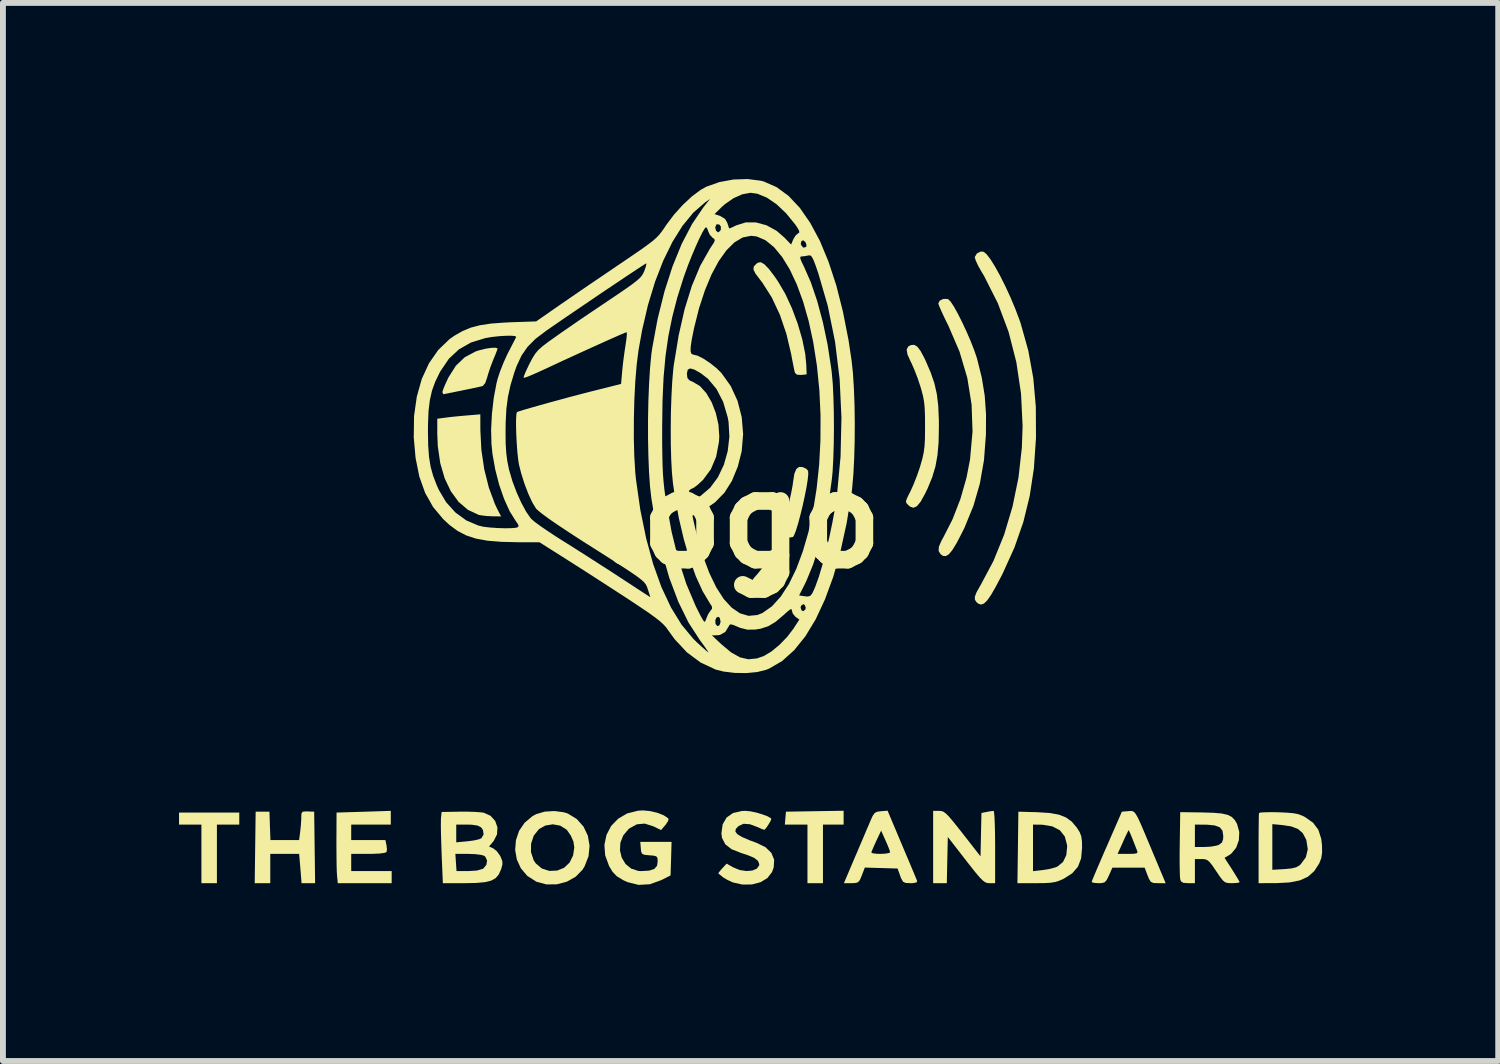
<source format=kicad_pcb>
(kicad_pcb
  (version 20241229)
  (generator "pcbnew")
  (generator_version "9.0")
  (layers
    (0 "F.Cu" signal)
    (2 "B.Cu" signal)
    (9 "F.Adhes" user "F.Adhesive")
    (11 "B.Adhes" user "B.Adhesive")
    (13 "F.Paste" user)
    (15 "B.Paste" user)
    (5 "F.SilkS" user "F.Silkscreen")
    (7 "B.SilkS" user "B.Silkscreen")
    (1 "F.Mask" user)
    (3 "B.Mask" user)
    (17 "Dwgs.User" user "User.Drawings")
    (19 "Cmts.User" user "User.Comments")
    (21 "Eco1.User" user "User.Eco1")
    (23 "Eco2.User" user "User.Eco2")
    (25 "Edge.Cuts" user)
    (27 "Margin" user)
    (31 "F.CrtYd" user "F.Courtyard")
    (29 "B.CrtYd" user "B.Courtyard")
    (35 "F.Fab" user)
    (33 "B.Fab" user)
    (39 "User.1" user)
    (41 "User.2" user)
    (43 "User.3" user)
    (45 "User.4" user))
  (footprint "logo"
    (layer "F.Cu")
    (at 9.532 5.806)
    (property "Reference" "logo" (at 0 0 0) (layer "F.SilkS") (effects (font (size 1.5 1.5) (thickness 0.3))))
    (attr board_only exclude_from_pos_files exclude_from_bom)
    (fp_poly (pts (xy -8.506 5.089) (xy -8.506 5.191) (xy -8.696 5.191) (xy -8.887 5.191) (xy -8.887 5.69) (xy -8.887 6.189) (xy -9.019 6.189) (xy -9.151 6.189) (xy -9.151 5.69) (xy -9.151 5.191) (xy -9.342 5.191) (xy -9.532 5.191) (xy -9.532 5.089) (xy -9.532 4.986) (xy -9.019 4.986) (xy -8.506 4.986)) (stroke (width 0) (type solid)) (fill yes) (layer "F.SilkS"))
    (fp_poly (pts (xy 1.789 5.073) (xy 1.789 5.191) (xy 1.613 5.191) (xy 1.437 5.191) (xy 1.437 5.69) (xy 1.437 6.189) (xy 1.305 6.189) (xy 1.173 6.189) (xy 1.173 5.69) (xy 1.173 5.191) (xy 0.981 5.191) (xy 0.788 5.191) (xy 0.797 5.081) (xy 0.807 4.971) (xy 1.298 4.963) (xy 1.789 4.955)) (stroke (width 0) (type solid)) (fill yes) (layer "F.SilkS"))
    (fp_poly (pts (xy 0.716 0.478) (xy 0.776 0.526) (xy 0.802 0.56) (xy 0.808 0.593) (xy 0.791 0.643) (xy 0.748 0.723) (xy 0.73 0.754) (xy 0.654 0.874) (xy 0.566 0.989) (xy 0.477 1.088) (xy 0.396 1.162) (xy 0.333 1.2) (xy 0.318 1.203) (xy 0.266 1.178) (xy 0.23 1.13) (xy 0.215 1.085) (xy 0.224 1.042) (xy 0.263 0.987) (xy 0.317 0.927) (xy 0.401 0.824) (xy 0.486 0.703) (xy 0.529 0.633) (xy 0.598 0.528) (xy 0.658 0.477)) (stroke (width 0) (type solid)) (fill yes) (layer "F.SilkS"))
    (fp_poly (pts (xy -4.399 -1.522) (xy -4.382 -1.192) (xy -4.333 -0.863) (xy -4.255 -0.551) (xy -4.152 -0.272) (xy -4.11 -0.183) (xy -4.046 -0.059) (xy -4.201 -0.061) (xy -4.305 -0.067) (xy -4.397 -0.079) (xy -4.429 -0.086) (xy -4.611 -0.171) (xy -4.769 -0.306) (xy -4.902 -0.487) (xy -5.007 -0.708) (xy -5.082 -0.965) (xy -5.124 -1.252) (xy -5.133 -1.464) (xy -5.133 -1.723) (xy -5.003 -1.74) (xy -4.909 -1.752) (xy -4.783 -1.765) (xy -4.649 -1.777) (xy -4.637 -1.778) (xy -4.4 -1.798)) (stroke (width 0) (type solid)) (fill yes) (layer "F.SilkS"))
    (fp_poly (pts (xy -7.34 4.967) (xy -7.23 4.971) (xy -7.222 5.58) (xy -7.214 6.189) (xy -7.329 6.189) (xy -7.445 6.189) (xy -7.465 5.939) (xy -7.486 5.69) (xy -7.732 5.69) (xy -7.978 5.69) (xy -7.978 5.939) (xy -7.978 6.189) (xy -8.11 6.189) (xy -8.243 6.189) (xy -8.235 5.58) (xy -8.227 4.971) (xy -8.11 4.971) (xy -7.992 4.971) (xy -7.984 5.213) (xy -7.975 5.455) (xy -7.731 5.455) (xy -7.487 5.455) (xy -7.469 5.319) (xy -7.457 5.207) (xy -7.45 5.098) (xy -7.45 5.073) (xy -7.447 5.001) (xy -7.425 4.971) (xy -7.368 4.966)) (stroke (width 0) (type solid)) (fill yes) (layer "F.SilkS"))
    (fp_poly (pts (xy 1.092 -0.899) (xy 1.155 -0.869) (xy 1.184 -0.835) (xy 1.187 -0.781) (xy 1.177 -0.682) (xy 1.156 -0.552) (xy 1.126 -0.4) (xy 1.091 -0.24) (xy 1.052 -0.082) (xy 1.014 0.062) (xy 0.977 0.181) (xy 0.946 0.261) (xy 0.927 0.291) (xy 0.869 0.301) (xy 0.82 0.283) (xy 0.783 0.259) (xy 0.761 0.225) (xy 0.755 0.173) (xy 0.765 0.093) (xy 0.791 -0.025) (xy 0.833 -0.19) (xy 0.833 -0.191) (xy 0.869 -0.337) (xy 0.901 -0.483) (xy 0.923 -0.606) (xy 0.929 -0.653) (xy 0.95 -0.786) (xy 0.983 -0.866) (xy 1.03 -0.902)) (stroke (width 0) (type solid)) (fill yes) (layer "F.SilkS"))
    (fp_poly (pts (xy 0.438 -4.355) (xy 0.514 -4.277) (xy 0.61 -4.151) (xy 0.673 -4.059) (xy 0.796 -3.849) (xy 0.909 -3.604) (xy 1.007 -3.341) (xy 1.084 -3.078) (xy 1.135 -2.829) (xy 1.153 -2.643) (xy 1.159 -2.478) (xy 1.066 -2.469) (xy 0.994 -2.473) (xy 0.96 -2.505) (xy 0.958 -2.513) (xy 0.945 -2.565) (xy 0.927 -2.658) (xy 0.904 -2.775) (xy 0.896 -2.822) (xy 0.814 -3.169) (xy 0.703 -3.495) (xy 0.565 -3.789) (xy 0.406 -4.039) (xy 0.363 -4.095) (xy 0.288 -4.194) (xy 0.253 -4.265) (xy 0.259 -4.317) (xy 0.303 -4.363) (xy 0.331 -4.382) (xy 0.378 -4.389)) (stroke (width 0) (type solid)) (fill yes) (layer "F.SilkS"))
    (fp_poly (pts (xy -4.107 -2.922) (xy -4.106 -2.917) (xy -4.117 -2.884) (xy -4.144 -2.813) (xy -4.178 -2.732) (xy -4.224 -2.613) (xy -4.265 -2.49) (xy -4.284 -2.424) (xy -4.316 -2.33) (xy -4.356 -2.283) (xy -4.381 -2.274) (xy -4.512 -2.246) (xy -4.65 -2.217) (xy -4.783 -2.19) (xy -4.899 -2.166) (xy -4.984 -2.149) (xy -5.027 -2.141) (xy -5.03 -2.141) (xy -5.043 -2.165) (xy -5.045 -2.181) (xy -5.032 -2.225) (xy -4.999 -2.305) (xy -4.952 -2.406) (xy -4.94 -2.431) (xy -4.816 -2.626) (xy -4.664 -2.771) (xy -4.48 -2.869) (xy -4.419 -2.889) (xy -4.314 -2.915) (xy -4.217 -2.93) (xy -4.143 -2.933)) (stroke (width 0) (type solid)) (fill yes) (layer "F.SilkS"))
    (fp_poly (pts (xy -5.925 5.074) (xy -5.925 5.191) (xy -6.262 5.191) (xy -6.599 5.191) (xy -6.599 5.323) (xy -6.599 5.455) (xy -6.308 5.455) (xy -6.017 5.455) (xy -5.998 5.543) (xy -5.99 5.614) (xy -5.998 5.66) (xy -6.034 5.673) (xy -6.117 5.684) (xy -6.236 5.689) (xy -6.308 5.69) (xy -6.599 5.69) (xy -6.599 5.837) (xy -6.599 5.983) (xy -6.255 5.983) (xy -5.91 5.983) (xy -5.91 6.086) (xy -5.91 6.189) (xy -6.369 6.189) (xy -6.828 6.189) (xy -6.84 6.064) (xy -6.845 5.992) (xy -6.848 5.874) (xy -6.85 5.725) (xy -6.851 5.557) (xy -6.851 5.463) (xy -6.849 4.986) (xy -6.387 4.972) (xy -5.925 4.957)) (stroke (width 0) (type solid)) (fill yes) (layer "F.SilkS"))
    (fp_poly (pts (xy 3.454 4.96) (xy 3.49 4.972) (xy 3.531 5.002) (xy 3.583 5.054) (xy 3.653 5.137) (xy 3.748 5.255) (xy 3.818 5.344) (xy 4.121 5.732) (xy 4.129 5.363) (xy 4.137 4.993) (xy 4.228 4.975) (xy 4.3 4.962) (xy 4.345 4.957) (xy 4.345 4.957) (xy 4.352 4.985) (xy 4.359 5.063) (xy 4.364 5.182) (xy 4.368 5.335) (xy 4.37 5.512) (xy 4.37 5.573) (xy 4.37 6.189) (xy 4.273 6.189) (xy 4.235 6.186) (xy 4.198 6.172) (xy 4.157 6.141) (xy 4.104 6.087) (xy 4.033 6.003) (xy 3.937 5.882) (xy 3.87 5.796) (xy 3.564 5.402) (xy 3.555 5.796) (xy 3.547 6.189) (xy 3.431 6.189) (xy 3.314 6.189) (xy 3.314 5.573) (xy 3.314 4.957) (xy 3.415 4.957)) (stroke (width 0) (type solid)) (fill yes) (layer "F.SilkS"))
    (fp_poly (pts (xy 5.089 4.98) (xy 5.295 4.993) (xy 5.454 5.021) (xy 5.577 5.069) (xy 5.676 5.141) (xy 5.761 5.242) (xy 5.763 5.245) (xy 5.811 5.321) (xy 5.837 5.39) (xy 5.849 5.474) (xy 5.851 5.585) (xy 5.835 5.766) (xy 5.781 5.908) (xy 5.684 6.02) (xy 5.54 6.112) (xy 5.463 6.147) (xy 5.392 6.169) (xy 5.311 6.182) (xy 5.202 6.188) (xy 5.068 6.189) (xy 4.75 6.189) (xy 4.758 5.588) (xy 5.015 5.588) (xy 5.015 5.984) (xy 5.184 5.965) (xy 5.293 5.947) (xy 5.39 5.922) (xy 5.433 5.905) (xy 5.527 5.827) (xy 5.583 5.709) (xy 5.597 5.561) (xy 5.595 5.538) (xy 5.557 5.394) (xy 5.474 5.289) (xy 5.347 5.222) (xy 5.176 5.193) (xy 5.125 5.192) (xy 5.015 5.191) (xy 5.015 5.588) (xy 4.758 5.588) (xy 4.758 5.58) (xy 4.766 4.971)) (stroke (width 0) (type solid)) (fill yes) (layer "F.SilkS"))
    (fp_poly (pts (xy 3.576 -3.755) (xy 3.615 -3.714) (xy 3.671 -3.628) (xy 3.737 -3.508) (xy 3.809 -3.365) (xy 3.882 -3.209) (xy 3.951 -3.05) (xy 4.01 -2.899) (xy 4.056 -2.767) (xy 4.063 -2.742) (xy 4.143 -2.421) (xy 4.193 -2.113) (xy 4.215 -1.794) (xy 4.213 -1.452) (xy 4.18 -1.017) (xy 4.11 -0.618) (xy 4.001 -0.241) (xy 3.85 0.129) (xy 3.805 0.22) (xy 3.716 0.392) (xy 3.642 0.513) (xy 3.581 0.587) (xy 3.528 0.618) (xy 3.478 0.612) (xy 3.438 0.581) (xy 3.407 0.528) (xy 3.412 0.456) (xy 3.455 0.357) (xy 3.488 0.297) (xy 3.645 -0.011) (xy 3.779 -0.357) (xy 3.883 -0.721) (xy 3.943 -1.033) (xy 3.985 -1.504) (xy 3.969 -1.965) (xy 3.896 -2.418) (xy 3.764 -2.864) (xy 3.577 -3.3) (xy 3.512 -3.432) (xy 3.458 -3.548) (xy 3.42 -3.635) (xy 3.403 -3.683) (xy 3.402 -3.687) (xy 3.427 -3.735) (xy 3.486 -3.763) (xy 3.554 -3.764)) (stroke (width 0) (type solid)) (fill yes) (layer "F.SilkS"))
    (fp_poly (pts (xy -2.977 4.981) (xy -2.91 5.002) (xy -2.757 5.096) (xy -2.642 5.225) (xy -2.568 5.38) (xy -2.539 5.552) (xy -2.556 5.729) (xy -2.623 5.901) (xy -2.659 5.96) (xy -2.775 6.079) (xy -2.925 6.163) (xy -3.096 6.208) (xy -3.272 6.21) (xy -3.44 6.166) (xy -3.448 6.162) (xy -3.599 6.065) (xy -3.709 5.936) (xy -3.778 5.785) (xy -3.8 5.659) (xy -3.537 5.659) (xy -3.492 5.796) (xy -3.456 5.851) (xy -3.353 5.938) (xy -3.225 5.98) (xy -3.089 5.974) (xy -2.973 5.927) (xy -2.879 5.838) (xy -2.819 5.716) (xy -2.799 5.579) (xy -2.814 5.479) (xy -2.858 5.379) (xy -2.921 5.288) (xy -2.933 5.275) (xy -3.038 5.209) (xy -3.164 5.186) (xy -3.292 5.207) (xy -3.4 5.267) (xy -3.489 5.378) (xy -3.535 5.514) (xy -3.537 5.659) (xy -3.8 5.659) (xy -3.806 5.622) (xy -3.793 5.456) (xy -3.74 5.298) (xy -3.645 5.159) (xy -3.51 5.046) (xy -3.446 5.012) (xy -3.302 4.97) (xy -3.136 4.96)) (stroke (width 0) (type solid)) (fill yes) (layer "F.SilkS"))
    (fp_poly (pts (xy 9.195 4.981) (xy 9.347 4.988) (xy 9.456 4.998) (xy 9.537 5.014) (xy 9.606 5.041) (xy 9.65 5.063) (xy 9.787 5.16) (xy 9.877 5.281) (xy 9.926 5.436) (xy 9.938 5.543) (xy 9.94 5.671) (xy 9.925 5.766) (xy 9.891 5.852) (xy 9.89 5.854) (xy 9.806 5.983) (xy 9.7 6.078) (xy 9.562 6.141) (xy 9.386 6.176) (xy 9.163 6.188) (xy 9.158 6.188) (xy 8.858 6.189) (xy 8.858 5.602) (xy 8.858 5.572) (xy 9.092 5.572) (xy 9.092 5.961) (xy 9.296 5.949) (xy 9.416 5.938) (xy 9.496 5.919) (xy 9.554 5.886) (xy 9.575 5.867) (xy 9.663 5.748) (xy 9.696 5.611) (xy 9.673 5.462) (xy 9.666 5.441) (xy 9.61 5.336) (xy 9.528 5.265) (xy 9.411 5.221) (xy 9.264 5.199) (xy 9.092 5.183) (xy 9.092 5.572) (xy 8.858 5.572) (xy 8.858 5.422) (xy 8.859 5.262) (xy 8.861 5.132) (xy 8.862 5.04) (xy 8.865 4.996) (xy 8.865 4.993) (xy 8.895 4.985) (xy 8.972 4.981) (xy 9.083 4.979)) (stroke (width 0) (type solid)) (fill yes) (layer "F.SilkS"))
    (fp_poly (pts (xy 2.783 5.535) (xy 2.856 5.708) (xy 2.922 5.864) (xy 2.977 5.995) (xy 3.017 6.091) (xy 3.039 6.145) (xy 3.042 6.152) (xy 3.032 6.176) (xy 2.972 6.188) (xy 2.928 6.189) (xy 2.847 6.185) (xy 2.802 6.165) (xy 2.771 6.112) (xy 2.753 6.064) (xy 2.708 5.939) (xy 2.429 5.931) (xy 2.15 5.923) (xy 2.099 6.056) (xy 2.066 6.136) (xy 2.032 6.175) (xy 1.98 6.187) (xy 1.921 6.189) (xy 1.794 6.189) (xy 1.984 5.741) (xy 2.016 5.668) (xy 2.261 5.668) (xy 2.286 5.68) (xy 2.353 5.688) (xy 2.42 5.69) (xy 2.508 5.685) (xy 2.567 5.673) (xy 2.581 5.662) (xy 2.57 5.622) (xy 2.54 5.546) (xy 2.504 5.464) (xy 2.428 5.294) (xy 2.345 5.47) (xy 2.303 5.563) (xy 2.272 5.635) (xy 2.261 5.668) (xy 2.016 5.668) (xy 2.054 5.577) (xy 2.122 5.418) (xy 2.181 5.278) (xy 2.227 5.172) (xy 2.243 5.133) (xy 2.284 5.042) (xy 2.319 4.993) (xy 2.362 4.971) (xy 2.425 4.963) (xy 2.538 4.954)) (stroke (width 0) (type solid)) (fill yes) (layer "F.SilkS"))
    (fp_poly (pts (xy 3.044 -2.951) (xy 3.099 -2.879) (xy 3.163 -2.759) (xy 3.189 -2.704) (xy 3.274 -2.506) (xy 3.336 -2.324) (xy 3.377 -2.142) (xy 3.401 -1.943) (xy 3.411 -1.71) (xy 3.412 -1.584) (xy 3.407 -1.322) (xy 3.388 -1.103) (xy 3.353 -0.909) (xy 3.298 -0.726) (xy 3.22 -0.536) (xy 3.175 -0.443) (xy 3.102 -0.311) (xy 3.038 -0.233) (xy 2.979 -0.206) (xy 2.92 -0.226) (xy 2.893 -0.25) (xy 2.864 -0.279) (xy 2.851 -0.305) (xy 2.857 -0.34) (xy 2.883 -0.4) (xy 2.933 -0.498) (xy 2.983 -0.611) (xy 3.039 -0.753) (xy 3.089 -0.898) (xy 3.098 -0.93) (xy 3.131 -1.045) (xy 3.153 -1.146) (xy 3.167 -1.25) (xy 3.174 -1.374) (xy 3.176 -1.534) (xy 3.176 -1.598) (xy 3.175 -1.774) (xy 3.17 -1.908) (xy 3.159 -2.016) (xy 3.14 -2.117) (xy 3.111 -2.225) (xy 3.097 -2.272) (xy 3.05 -2.413) (xy 2.995 -2.556) (xy 2.943 -2.674) (xy 2.93 -2.699) (xy 2.876 -2.819) (xy 2.863 -2.902) (xy 2.891 -2.955) (xy 2.937 -2.978) (xy 2.992 -2.982)) (stroke (width 0) (type solid)) (fill yes) (layer "F.SilkS"))
    (fp_poly (pts (xy 4.174 -4.567) (xy 4.225 -4.525) (xy 4.292 -4.437) (xy 4.371 -4.31) (xy 4.457 -4.154) (xy 4.545 -3.978) (xy 4.632 -3.789) (xy 4.713 -3.596) (xy 4.784 -3.408) (xy 4.806 -3.344) (xy 4.935 -2.883) (xy 5.02 -2.415) (xy 5.063 -1.928) (xy 5.066 -1.409) (xy 5.065 -1.38) (xy 5.03 -0.875) (xy 4.959 -0.407) (xy 4.85 0.038) (xy 4.699 0.471) (xy 4.503 0.904) (xy 4.484 0.943) (xy 4.383 1.134) (xy 4.302 1.276) (xy 4.235 1.372) (xy 4.179 1.426) (xy 4.129 1.443) (xy 4.083 1.427) (xy 4.053 1.402) (xy 4.026 1.361) (xy 4.024 1.31) (xy 4.052 1.236) (xy 4.112 1.129) (xy 4.122 1.112) (xy 4.341 0.701) (xy 4.523 0.253) (xy 4.666 -0.225) (xy 4.768 -0.721) (xy 4.825 -1.227) (xy 4.838 -1.598) (xy 4.811 -2.152) (xy 4.731 -2.688) (xy 4.599 -3.203) (xy 4.415 -3.693) (xy 4.181 -4.156) (xy 4.135 -4.232) (xy 4.079 -4.332) (xy 4.04 -4.417) (xy 4.023 -4.472) (xy 4.024 -4.479) (xy 4.06 -4.539) (xy 4.124 -4.571)) (stroke (width 0) (type solid)) (fill yes) (layer "F.SilkS"))
    (fp_poly (pts (xy -1.506 4.961) (xy -1.383 4.99) (xy -1.277 5.032) (xy -1.205 5.08) (xy -1.193 5.096) (xy -1.201 5.13) (xy -1.238 5.187) (xy -1.25 5.201) (xy -1.321 5.284) (xy -1.453 5.22) (xy -1.599 5.174) (xy -1.733 5.186) (xy -1.859 5.255) (xy -1.872 5.265) (xy -1.965 5.375) (xy -2.014 5.5) (xy -2.021 5.63) (xy -1.991 5.754) (xy -1.926 5.862) (xy -1.829 5.941) (xy -1.705 5.981) (xy -1.659 5.983) (xy -1.523 5.975) (xy -1.436 5.946) (xy -1.39 5.894) (xy -1.379 5.824) (xy -1.381 5.763) (xy -1.401 5.732) (xy -1.451 5.719) (xy -1.518 5.714) (xy -1.602 5.706) (xy -1.644 5.688) (xy -1.661 5.648) (xy -1.666 5.595) (xy -1.675 5.485) (xy -1.409 5.485) (xy -1.142 5.485) (xy -1.15 5.771) (xy -1.159 6.057) (xy -1.318 6.137) (xy -1.512 6.207) (xy -1.704 6.218) (xy -1.896 6.17) (xy -1.968 6.136) (xy -2.073 6.072) (xy -2.146 5.997) (xy -2.206 5.898) (xy -2.273 5.715) (xy -2.286 5.535) (xy -2.25 5.365) (xy -2.171 5.214) (xy -2.052 5.091) (xy -1.899 5.001) (xy -1.716 4.955) (xy -1.628 4.949)) (stroke (width 0) (type solid)) (fill yes) (layer "F.SilkS"))
    (fp_poly (pts (xy 6.707 4.961) (xy 6.735 4.975) (xy 6.763 5.007) (xy 6.796 5.063) (xy 6.838 5.151) (xy 6.892 5.276) (xy 6.963 5.445) (xy 7.011 5.558) (xy 7.076 5.715) (xy 7.137 5.859) (xy 7.187 5.98) (xy 7.223 6.065) (xy 7.235 6.093) (xy 7.275 6.189) (xy 7.146 6.189) (xy 7.068 6.186) (xy 7.023 6.166) (xy 6.991 6.116) (xy 6.967 6.057) (xy 6.917 5.925) (xy 6.642 5.925) (xy 6.367 5.925) (xy 6.309 6.057) (xy 6.27 6.136) (xy 6.234 6.175) (xy 6.18 6.188) (xy 6.132 6.189) (xy 6.058 6.184) (xy 6.017 6.172) (xy 6.015 6.167) (xy 6.026 6.134) (xy 6.058 6.057) (xy 6.107 5.941) (xy 6.169 5.797) (xy 6.215 5.69) (xy 6.456 5.69) (xy 6.634 5.69) (xy 6.731 5.688) (xy 6.781 5.68) (xy 6.796 5.662) (xy 6.79 5.639) (xy 6.768 5.583) (xy 6.734 5.496) (xy 6.709 5.433) (xy 6.676 5.351) (xy 6.651 5.298) (xy 6.642 5.286) (xy 6.628 5.315) (xy 6.595 5.383) (xy 6.552 5.477) (xy 6.546 5.492) (xy 6.456 5.69) (xy 6.215 5.69) (xy 6.241 5.63) (xy 6.273 5.558) (xy 6.529 4.971) (xy 6.636 4.962) (xy 6.675 4.959)) (stroke (width 0) (type solid)) (fill yes) (layer "F.SilkS"))
    (fp_poly (pts (xy 7.903 4.984) (xy 8.091 4.99) (xy 8.231 5.002) (xy 8.332 5.025) (xy 8.403 5.062) (xy 8.454 5.115) (xy 8.491 5.18) (xy 8.529 5.317) (xy 8.522 5.457) (xy 8.476 5.585) (xy 8.394 5.685) (xy 8.359 5.709) (xy 8.278 5.757) (xy 8.407 5.956) (xy 8.466 6.051) (xy 8.511 6.125) (xy 8.534 6.168) (xy 8.535 6.172) (xy 8.509 6.182) (xy 8.443 6.188) (xy 8.403 6.189) (xy 8.338 6.187) (xy 8.291 6.175) (xy 8.25 6.143) (xy 8.201 6.081) (xy 8.135 5.983) (xy 8.067 5.883) (xy 8.017 5.822) (xy 7.976 5.791) (xy 7.929 5.779) (xy 7.886 5.778) (xy 7.773 5.778) (xy 7.773 5.983) (xy 7.773 6.189) (xy 7.656 6.189) (xy 7.577 6.183) (xy 7.537 6.159) (xy 7.523 6.123) (xy 7.518 6.073) (xy 7.515 5.975) (xy 7.513 5.841) (xy 7.513 5.679) (xy 7.515 5.518) (xy 7.517 5.382) (xy 7.773 5.382) (xy 7.773 5.573) (xy 7.941 5.572) (xy 8.049 5.566) (xy 8.142 5.549) (xy 8.183 5.535) (xy 8.233 5.497) (xy 8.254 5.438) (xy 8.256 5.382) (xy 8.243 5.295) (xy 8.196 5.237) (xy 8.109 5.205) (xy 7.975 5.192) (xy 7.941 5.192) (xy 7.773 5.191) (xy 7.773 5.382) (xy 7.517 5.382) (xy 7.523 4.979)) (stroke (width 0) (type solid)) (fill yes) (layer "F.SilkS"))
    (fp_poly (pts (xy 0.201 4.965) (xy 0.302 4.986) (xy 0.403 5.016) (xy 0.49 5.048) (xy 0.545 5.079) (xy 0.557 5.095) (xy 0.543 5.132) (xy 0.509 5.19) (xy 0.471 5.246) (xy 0.442 5.278) (xy 0.438 5.279) (xy 0.401 5.268) (xy 0.338 5.24) (xy 0.334 5.238) (xy 0.194 5.185) (xy 0.085 5.177) (xy 0.000369 5.215) (xy -0.000072 5.215) (xy -0.047 5.264) (xy -0.055 5.31) (xy -0.021 5.355) (xy 0.059 5.403) (xy 0.19 5.459) (xy 0.307 5.502) (xy 0.458 5.576) (xy 0.558 5.673) (xy 0.606 5.79) (xy 0.598 5.92) (xy 0.57 5.999) (xy 0.491 6.101) (xy 0.372 6.173) (xy 0.225 6.211) (xy 0.063 6.212) (xy -0.097 6.176) (xy -0.188 6.135) (xy -0.265 6.089) (xy -0.273 6.082) (xy -0.322 6.041) (xy -0.346 6.024) (xy -0.334 6.002) (xy -0.294 5.953) (xy -0.28 5.938) (xy -0.204 5.856) (xy -0.091 5.92) (xy 0.02 5.965) (xy 0.133 5.982) (xy 0.234 5.974) (xy 0.311 5.941) (xy 0.35 5.886) (xy 0.352 5.866) (xy 0.331 5.809) (xy 0.264 5.757) (xy 0.147 5.708) (xy 0.047 5.676) (xy -0.117 5.612) (xy -0.226 5.527) (xy -0.283 5.418) (xy -0.293 5.339) (xy -0.271 5.185) (xy -0.204 5.07) (xy -0.095 4.994) (xy 0.056 4.959) (xy 0.118 4.957)) (stroke (width 0) (type solid)) (fill yes) (layer "F.SilkS"))
    (fp_poly (pts (xy -4.611 4.971) (xy -4.481 4.975) (xy -4.381 4.983) (xy -4.341 4.989) (xy -4.226 5.041) (xy -4.146 5.129) (xy -4.108 5.239) (xy -4.115 5.357) (xy -4.172 5.47) (xy -4.179 5.478) (xy -4.251 5.564) (xy -4.178 5.597) (xy -4.118 5.645) (xy -4.063 5.721) (xy -4.056 5.735) (xy -4.026 5.809) (xy -4.023 5.869) (xy -4.045 5.949) (xy -4.049 5.96) (xy -4.087 6.043) (xy -4.14 6.104) (xy -4.216 6.146) (xy -4.324 6.172) (xy -4.473 6.185) (xy -4.667 6.189) (xy -5.038 6.189) (xy -5.059 5.69) (xy -4.825 5.69) (xy -4.815 5.837) (xy -4.805 5.983) (xy -4.609 5.983) (xy -4.458 5.974) (xy -4.36 5.946) (xy -4.347 5.938) (xy -4.296 5.875) (xy -4.285 5.801) (xy -4.315 5.738) (xy -4.339 5.72) (xy -4.396 5.705) (xy -4.491 5.694) (xy -4.604 5.69) (xy -4.61 5.69) (xy -4.825 5.69) (xy -5.059 5.69) (xy -5.059 5.683) (xy -5.065 5.509) (xy -5.07 5.348) (xy -5.07 5.342) (xy -4.81 5.342) (xy -4.81 5.493) (xy -4.616 5.475) (xy -4.51 5.461) (xy -4.425 5.442) (xy -4.381 5.423) (xy -4.344 5.359) (xy -4.355 5.283) (xy -4.387 5.238) (xy -4.444 5.208) (xy -4.544 5.193) (xy -4.622 5.191) (xy -4.81 5.191) (xy -4.81 5.342) (xy -5.07 5.342) (xy -5.072 5.213) (xy -5.071 5.116) (xy -5.07 5.076) (xy -5.059 4.976) (xy -4.752 4.971)) (stroke (width 0) (type solid)) (fill yes) (layer "F.SilkS"))
    (fp_poly (pts (xy 0.375 -5.778) (xy 0.429 -5.764) (xy 0.646 -5.669) (xy 0.851 -5.519) (xy 1.043 -5.315) (xy 1.221 -5.058) (xy 1.385 -4.752) (xy 1.532 -4.397) (xy 1.664 -3.995) (xy 1.777 -3.549) (xy 1.873 -3.06) (xy 1.925 -2.713) (xy 1.948 -2.498) (xy 1.964 -2.24) (xy 1.975 -1.951) (xy 1.979 -1.647) (xy 1.977 -1.34) (xy 1.969 -1.045) (xy 1.955 -0.775) (xy 1.935 -0.545) (xy 1.926 -0.469) (xy 1.841 0.054) (xy 1.736 0.533) (xy 1.613 0.968) (xy 1.471 1.355) (xy 1.313 1.694) (xy 1.138 1.983) (xy 0.947 2.22) (xy 0.742 2.404) (xy 0.523 2.532) (xy 0.47 2.554) (xy 0.318 2.592) (xy 0.133 2.61) (xy -0.065 2.607) (xy -0.255 2.584) (xy -0.391 2.55) (xy -0.646 2.431) (xy -0.879 2.258) (xy -1.09 2.032) (xy -1.195 1.887) (xy -1.234 1.832) (xy -1.281 1.78) (xy -1.343 1.724) (xy -1.426 1.659) (xy -1.537 1.579) (xy -1.684 1.48) (xy -1.874 1.354) (xy -2.075 1.223) (xy -2.296 1.08) (xy -2.519 0.936) (xy -2.728 0.802) (xy -2.906 0.689) (xy -2.921 0.679) (xy -3.393 0.381) (xy -3.757 0.381) (xy -4.041 0.374) (xy -4.277 0.355) (xy -4.474 0.319) (xy -4.642 0.264) (xy -4.79 0.186) (xy -4.928 0.084) (xy -5.032 -0.013) (xy -5.205 -0.22) (xy -5.34 -0.46) (xy -5.439 -0.738) (xy -5.503 -1.057) (xy -5.534 -1.408) (xy -5.532 -1.511) (xy -5.292 -1.511) (xy -5.288 -1.272) (xy -5.274 -1.076) (xy -5.247 -0.907) (xy -5.204 -0.751) (xy -5.142 -0.59) (xy -5.105 -0.508) (xy -4.981 -0.299) (xy -4.822 -0.124) (xy -4.637 0.01) (xy -4.435 0.096) (xy -4.347 0.117) (xy -4.237 0.13) (xy -4.108 0.139) (xy -3.979 0.143) (xy -3.867 0.141) (xy -3.789 0.134) (xy -3.772 0.129) (xy -3.748 0.111) (xy -3.756 0.077) (xy -3.797 0.018) (xy -3.9 -0.147) (xy -3.995 -0.357) (xy -4.079 -0.599) (xy -4.146 -0.86) (xy -4.193 -1.125) (xy -4.21 -1.293) (xy -4.215 -1.496) (xy -3.97 -1.496) (xy -3.968 -1.298) (xy -3.958 -1.14) (xy -3.94 -1) (xy -3.912 -0.861) (xy -3.905 -0.836) (xy -3.852 -0.656) (xy -3.782 -0.47) (xy -3.703 -0.294) (xy -3.621 -0.142) (xy -3.543 -0.029) (xy -3.529 -0.014) (xy -3.477 0.031) (xy -3.385 0.099) (xy -3.263 0.183) (xy -3.121 0.277) (xy -2.992 0.359) (xy -2.813 0.471) (xy -2.604 0.604) (xy -2.384 0.745) (xy -2.171 0.882) (xy -2.024 0.978) (xy -1.871 1.078) (xy -1.735 1.167) (xy -1.625 1.239) (xy -1.546 1.29) (xy -1.508 1.315) (xy -1.505 1.317) (xy -1.51 1.294) (xy -1.53 1.232) (xy -1.545 1.187) (xy -1.557 1.151) (xy -1.57 1.119) (xy -1.588 1.089) (xy -1.616 1.056) (xy -1.659 1.018) (xy -1.72 0.971) (xy -1.805 0.911) (xy -1.918 0.836) (xy -2.063 0.741) (xy -2.246 0.624) (xy -2.471 0.481) (xy -2.648 0.369) (xy -2.873 0.223) (xy -3.068 0.094) (xy -3.228 -0.016) (xy -3.349 -0.105) (xy -3.426 -0.168) (xy -3.45 -0.192) (xy -3.514 -0.297) (xy -3.582 -0.444) (xy -3.648 -0.616) (xy -3.705 -0.798) (xy -3.742 -0.945) (xy -3.756 -1.037) (xy -3.769 -1.159) (xy -3.779 -1.3) (xy -3.784 -1.393) (xy -1.785 -1.393) (xy -1.777 -1.089) (xy -1.761 -0.819) (xy -1.749 -0.694) (xy -1.674 -0.169) (xy -1.575 0.314) (xy -1.455 0.754) (xy -1.314 1.147) (xy -1.152 1.492) (xy -0.971 1.786) (xy -0.771 2.027) (xy -0.718 2.079) (xy -0.631 2.159) (xy -0.562 2.22) (xy -0.521 2.254) (xy -0.514 2.258) (xy -0.525 2.237) (xy -0.564 2.179) (xy -0.624 2.096) (xy -0.658 2.051) (xy -0.712 1.967) (xy -0.455 1.967) (xy -0.291 2.121) (xy -0.127 2.258) (xy 0.023 2.342) (xy 0.168 2.375) (xy 0.314 2.36) (xy 0.432 2.318) (xy 0.559 2.242) (xy 0.696 2.129) (xy 0.827 1.994) (xy 0.935 1.853) (xy 0.941 1.843) (xy 1.035 1.698) (xy 0.972 1.654) (xy 0.924 1.598) (xy 0.909 1.549) (xy 0.903 1.522) (xy 0.881 1.524) (xy 0.832 1.562) (xy 0.767 1.621) (xy 0.63 1.737) (xy 0.505 1.812) (xy 0.375 1.854) (xy 0.28 1.869) (xy 0.15 1.87) (xy 0.032 1.841) (xy -0.011 1.823) (xy -0.093 1.789) (xy -0.137 1.779) (xy -0.158 1.792) (xy -0.167 1.812) (xy -0.227 1.909) (xy -0.317 1.96) (xy -0.364 1.966) (xy -0.455 1.967) (xy -0.712 1.967) (xy -0.853 1.75) (xy -1.027 1.395) (xy -1.181 0.987) (xy -1.313 0.524) (xy -1.424 0.007) (xy -1.486 -0.367) (xy -1.509 -0.568) (xy -1.526 -0.815) (xy -1.537 -1.096) (xy -1.543 -1.4) (xy -1.543 -1.569) (xy -1.302 -1.569) (xy -1.302 -1.309) (xy -1.299 -1.096) (xy -1.295 -0.92) (xy -1.288 -0.771) (xy -1.277 -0.637) (xy -1.263 -0.507) (xy -1.244 -0.371) (xy -1.236 -0.323) (xy -1.142 0.2) (xy -1.027 0.669) (xy -0.891 1.09) (xy -0.733 1.464) (xy -0.698 1.535) (xy -0.641 1.646) (xy -0.604 1.711) (xy -0.582 1.737) (xy -0.567 1.728) (xy -0.561 1.71) (xy -0.397 1.71) (xy -0.393 1.771) (xy -0.391 1.776) (xy -0.361 1.81) (xy -0.328 1.798) (xy -0.309 1.748) (xy -0.308 1.73) (xy -0.32 1.673) (xy -0.341 1.651) (xy -0.377 1.663) (xy -0.397 1.71) (xy -0.561 1.71) (xy -0.555 1.693) (xy -0.554 1.691) (xy -0.52 1.609) (xy -0.483 1.553) (xy -0.452 1.512) (xy -0.455 1.474) (xy -0.492 1.417) (xy -0.613 1.214) (xy -0.729 0.96) (xy -0.836 0.662) (xy -0.934 0.328) (xy -1.019 -0.035) (xy -1.089 -0.42) (xy -1.119 -0.631) (xy -1.136 -0.809) (xy -1.148 -1.033) (xy -1.155 -1.288) (xy -1.156 -1.561) (xy -1.153 -1.838) (xy -1.144 -2.106) (xy -1.131 -2.351) (xy -1.12 -2.484) (xy -0.88 -2.484) (xy -0.872 -2.416) (xy -0.836 -2.376) (xy -0.779 -2.351) (xy -0.658 -2.279) (xy -0.55 -2.159) (xy -0.458 -2.002) (xy -0.388 -1.82) (xy -0.343 -1.622) (xy -0.329 -1.42) (xy -0.335 -1.327) (xy -0.383 -1.074) (xy -0.473 -0.861) (xy -0.605 -0.683) (xy -0.619 -0.669) (xy -0.697 -0.597) (xy -0.764 -0.547) (xy -0.805 -0.528) (xy -0.838 -0.507) (xy -0.85 -0.441) (xy -0.851 -0.425) (xy -0.845 -0.359) (xy -0.821 -0.33) (xy -0.772 -0.338) (xy -0.689 -0.383) (xy -0.643 -0.412) (xy -0.484 -0.548) (xy -0.352 -0.726) (xy -0.251 -0.938) (xy -0.185 -1.172) (xy -0.157 -1.419) (xy -0.171 -1.667) (xy -0.186 -1.749) (xy -0.263 -2.01) (xy -0.376 -2.229) (xy -0.522 -2.404) (xy -0.644 -2.498) (xy -0.753 -2.56) (xy -0.825 -2.58) (xy -0.866 -2.559) (xy -0.88 -2.496) (xy -0.88 -2.484) (xy -1.12 -2.484) (xy -1.113 -2.561) (xy -1.104 -2.64) (xy -1.065 -2.874) (xy -0.818 -2.874) (xy -0.805 -2.831) (xy -0.776 -2.816) (xy -0.77 -2.815) (xy -0.696 -2.796) (xy -0.595 -2.744) (xy -0.484 -2.67) (xy -0.375 -2.583) (xy -0.293 -2.502) (xy -0.134 -2.28) (xy -0.018 -2.027) (xy 0.053 -1.751) (xy 0.077 -1.463) (xy 0.053 -1.171) (xy -0.013 -0.91) (xy -0.114 -0.664) (xy -0.241 -0.463) (xy -0.401 -0.299) (xy -0.603 -0.161) (xy -0.785 -0.071) (xy -0.781 -0.043) (xy -0.765 0.03) (xy -0.74 0.138) (xy -0.707 0.27) (xy -0.707 0.271) (xy -0.61 0.609) (xy -0.5 0.902) (xy -0.381 1.149) (xy -0.253 1.348) (xy -0.117 1.496) (xy 0.024 1.592) (xy 0.17 1.635) (xy 0.318 1.621) (xy 0.405 1.587) (xy 0.535 1.496) (xy 1.056 1.496) (xy 1.074 1.544) (xy 1.1 1.555) (xy 1.136 1.53) (xy 1.144 1.496) (xy 1.126 1.448) (xy 1.1 1.437) (xy 1.064 1.462) (xy 1.056 1.496) (xy 0.535 1.496) (xy 0.568 1.473) (xy 0.719 1.306) (xy 0.731 1.287) (xy 1.031 1.287) (xy 1.109 1.299) (xy 1.175 1.306) (xy 1.218 1.296) (xy 1.251 1.259) (xy 1.287 1.184) (xy 1.31 1.128) (xy 1.366 0.973) (xy 1.426 0.773) (xy 1.487 0.542) (xy 1.546 0.293) (xy 1.599 0.039) (xy 1.644 -0.206) (xy 1.674 -0.406) (xy 1.737 -1.078) (xy 1.752 -1.745) (xy 1.721 -2.399) (xy 1.643 -3.035) (xy 1.519 -3.646) (xy 1.357 -4.203) (xy 1.309 -4.341) (xy 1.274 -4.431) (xy 1.247 -4.482) (xy 1.222 -4.505) (xy 1.195 -4.506) (xy 1.189 -4.504) (xy 1.114 -4.491) (xy 1.077 -4.488) (xy 1.053 -4.482) (xy 1.05 -4.457) (xy 1.071 -4.401) (xy 1.112 -4.317) (xy 1.231 -4.046) (xy 1.339 -3.727) (xy 1.435 -3.37) (xy 1.516 -2.985) (xy 1.578 -2.582) (xy 1.587 -2.508) (xy 1.604 -2.322) (xy 1.615 -2.093) (xy 1.622 -1.835) (xy 1.624 -1.564) (xy 1.621 -1.294) (xy 1.613 -1.041) (xy 1.601 -0.819) (xy 1.588 -0.689) (xy 1.533 -0.292) (xy 1.459 0.09) (xy 1.37 0.445) (xy 1.268 0.764) (xy 1.156 1.036) (xy 1.13 1.091) (xy 1.031 1.287) (xy 0.731 1.287) (xy 0.858 1.092) (xy 0.983 0.834) (xy 1.094 0.537) (xy 1.19 0.207) (xy 1.268 -0.151) (xy 1.329 -0.534) (xy 1.372 -0.936) (xy 1.394 -1.352) (xy 1.396 -1.777) (xy 1.376 -2.207) (xy 1.333 -2.637) (xy 1.332 -2.64) (xy 1.271 -3.029) (xy 1.193 -3.389) (xy 1.099 -3.718) (xy 0.991 -4.012) (xy 0.871 -4.267) (xy 0.741 -4.479) (xy 0.603 -4.646) (xy 0.459 -4.763) (xy 0.309 -4.828) (xy 0.212 -4.839) (xy 0.07 -4.811) (xy -0.071 -4.727) (xy -0.207 -4.592) (xy -0.338 -4.409) (xy -0.461 -4.181) (xy -0.573 -3.913) (xy -0.673 -3.608) (xy -0.758 -3.27) (xy -0.764 -3.241) (xy -0.798 -3.072) (xy -0.816 -2.951) (xy -0.818 -2.874) (xy -1.065 -2.874) (xy -1.021 -3.143) (xy -0.919 -3.592) (xy -0.796 -3.987) (xy -0.653 -4.329) (xy -0.489 -4.619) (xy -0.468 -4.651) (xy -0.421 -4.722) (xy -0.405 -4.763) (xy -0.417 -4.788) (xy -0.442 -4.804) (xy -0.492 -4.859) (xy -0.516 -4.913) (xy -0.537 -4.968) (xy -0.55 -4.981) (xy -0.398 -4.981) (xy -0.385 -4.928) (xy -0.353 -4.899) (xy -0.348 -4.898) (xy -0.315 -4.922) (xy -0.303 -4.944) (xy -0.302 -4.997) (xy -0.331 -5.033) (xy -0.371 -5.035) (xy -0.382 -5.026) (xy -0.398 -4.981) (xy -0.55 -4.981) (xy -0.556 -4.986) (xy -0.58 -4.96) (xy -0.621 -4.889) (xy -0.674 -4.782) (xy -0.734 -4.649) (xy -0.797 -4.5) (xy -0.859 -4.345) (xy -0.915 -4.192) (xy -0.937 -4.129) (xy -1.044 -3.79) (xy -1.129 -3.461) (xy -1.196 -3.133) (xy -1.245 -2.793) (xy -1.278 -2.429) (xy -1.296 -2.032) (xy -1.302 -1.588) (xy -1.302 -1.569) (xy -1.543 -1.569) (xy -1.543 -1.713) (xy -1.537 -2.025) (xy -1.525 -2.321) (xy -1.508 -2.592) (xy -1.486 -2.824) (xy -1.471 -2.929) (xy -1.379 -3.426) (xy -1.263 -3.891) (xy -1.126 -4.317) (xy -0.969 -4.702) (xy -0.793 -5.039) (xy -0.678 -5.209) (xy -0.41 -5.209) (xy -0.316 -5.178) (xy -0.231 -5.127) (xy -0.192 -5.059) (xy -0.172 -4.996) (xy -0.161 -4.965) (xy -0.16 -4.965) (xy -0.135 -4.972) (xy -0.075 -5) (xy -0.043 -5.016) (xy 0.119 -5.067) (xy 0.295 -5.067) (xy 0.474 -5.019) (xy 0.645 -4.926) (xy 0.777 -4.812) (xy 0.895 -4.69) (xy 0.902 -4.707) (xy 1.059 -4.707) (xy 1.066 -4.68) (xy 1.102 -4.637) (xy 1.147 -4.648) (xy 1.153 -4.653) (xy 1.155 -4.69) (xy 1.14 -4.729) (xy 1.104 -4.762) (xy 1.071 -4.751) (xy 1.059 -4.707) (xy 0.902 -4.707) (xy 0.93 -4.776) (xy 0.969 -4.842) (xy 1.012 -4.88) (xy 1.035 -4.897) (xy 1.029 -4.93) (xy 0.993 -4.991) (xy 0.963 -5.034) (xy 0.809 -5.223) (xy 0.646 -5.377) (xy 0.482 -5.489) (xy 0.322 -5.555) (xy 0.205 -5.572) (xy 0.065 -5.547) (xy -0.086 -5.48) (xy -0.233 -5.378) (xy -0.286 -5.331) (xy -0.41 -5.209) (xy -0.678 -5.209) (xy -0.6 -5.324) (xy -0.578 -5.352) (xy -0.485 -5.469) (xy -0.577 -5.403) (xy -0.772 -5.233) (xy -0.956 -5.009) (xy -1.127 -4.735) (xy -1.283 -4.417) (xy -1.423 -4.057) (xy -1.544 -3.66) (xy -1.644 -3.231) (xy -1.705 -2.889) (xy -1.736 -2.645) (xy -1.76 -2.357) (xy -1.776 -2.043) (xy -1.784 -1.716) (xy -1.785 -1.393) (xy -3.784 -1.393) (xy -3.787 -1.447) (xy -3.791 -1.586) (xy -3.791 -1.706) (xy -3.786 -1.793) (xy -3.777 -1.835) (xy -3.777 -1.835) (xy -3.744 -1.848) (xy -3.665 -1.873) (xy -3.547 -1.907) (xy -3.4 -1.949) (xy -3.233 -1.996) (xy -3.055 -2.044) (xy -2.876 -2.093) (xy -2.704 -2.138) (xy -2.55 -2.178) (xy -2.522 -2.185) (xy -2.383 -2.22) (xy -2.254 -2.252) (xy -2.152 -2.278) (xy -2.108 -2.289) (xy -2.002 -2.317) (xy -1.982 -2.545) (xy -1.966 -2.695) (xy -1.944 -2.859) (xy -1.925 -2.984) (xy -1.91 -3.087) (xy -1.903 -3.162) (xy -1.907 -3.196) (xy -1.908 -3.197) (xy -1.941 -3.185) (xy -2.019 -3.152) (xy -2.135 -3.101) (xy -2.281 -3.036) (xy -2.449 -2.96) (xy -2.632 -2.877) (xy -2.822 -2.79) (xy -3.012 -2.703) (xy -3.193 -2.618) (xy -3.297 -2.57) (xy -3.428 -2.51) (xy -3.538 -2.462) (xy -3.619 -2.43) (xy -3.659 -2.419) (xy -3.662 -2.42) (xy -3.656 -2.451) (xy -3.628 -2.521) (xy -3.583 -2.617) (xy -3.562 -2.661) (xy -3.511 -2.757) (xy -3.465 -2.83) (xy -3.413 -2.892) (xy -3.343 -2.955) (xy -3.245 -3.03) (xy -3.138 -3.106) (xy -3.021 -3.189) (xy -2.867 -3.295) (xy -2.689 -3.418) (xy -2.498 -3.547) (xy -2.308 -3.675) (xy -2.244 -3.718) (xy -2.058 -3.843) (xy -1.915 -3.941) (xy -1.809 -4.016) (xy -1.733 -4.076) (xy -1.68 -4.123) (xy -1.645 -4.165) (xy -1.622 -4.205) (xy -1.606 -4.24) (xy -1.58 -4.316) (xy -1.57 -4.363) (xy -1.572 -4.37) (xy -1.6 -4.354) (xy -1.669 -4.31) (xy -1.775 -4.24) (xy -1.909 -4.151) (xy -2.067 -4.045) (xy -2.242 -3.928) (xy -2.427 -3.803) (xy -2.617 -3.674) (xy -2.804 -3.547) (xy -2.983 -3.425) (xy -3.147 -3.312) (xy -3.276 -3.223) (xy -3.457 -3.086) (xy -3.594 -2.949) (xy -3.698 -2.799) (xy -3.782 -2.619) (xy -3.824 -2.5) (xy -3.887 -2.289) (xy -3.93 -2.092) (xy -3.956 -1.889) (xy -3.968 -1.661) (xy -3.97 -1.496) (xy -4.215 -1.496) (xy -4.216 -1.537) (xy -4.202 -1.807) (xy -4.171 -2.077) (xy -4.125 -2.323) (xy -4.105 -2.403) (xy -4.062 -2.533) (xy -4.002 -2.684) (xy -3.936 -2.829) (xy -3.923 -2.854) (xy -3.867 -2.962) (xy -3.822 -3.05) (xy -3.794 -3.105) (xy -3.789 -3.116) (xy -3.807 -3.131) (xy -3.871 -3.137) (xy -3.966 -3.136) (xy -4.08 -3.129) (xy -4.2 -3.116) (xy -4.312 -3.097) (xy -4.316 -3.096) (xy -4.56 -3.021) (xy -4.764 -2.905) (xy -4.936 -2.744) (xy -5.079 -2.533) (xy -5.095 -2.504) (xy -5.17 -2.349) (xy -5.224 -2.198) (xy -5.26 -2.037) (xy -5.282 -1.853) (xy -5.291 -1.63) (xy -5.292 -1.511) (xy -5.532 -1.511) (xy -5.529 -1.767) (xy -5.482 -2.099) (xy -5.397 -2.401) (xy -5.274 -2.668) (xy -5.116 -2.895) (xy -4.923 -3.08) (xy -4.84 -3.138) (xy -4.703 -3.216) (xy -4.562 -3.275) (xy -4.404 -3.316) (xy -4.218 -3.344) (xy -3.989 -3.361) (xy -3.887 -3.366) (xy -3.448 -3.381) (xy -3.066 -3.647) (xy -2.919 -3.748) (xy -2.739 -3.872) (xy -2.54 -4.008) (xy -2.338 -4.145) (xy -2.148 -4.274) (xy -2.141 -4.279) (xy -1.931 -4.421) (xy -1.764 -4.535) (xy -1.633 -4.625) (xy -1.533 -4.698) (xy -1.456 -4.757) (xy -1.399 -4.808) (xy -1.353 -4.856) (xy -1.314 -4.905) (xy -1.274 -4.961) (xy -1.236 -5.019) (xy -1.104 -5.195) (xy -0.954 -5.362) (xy -0.798 -5.508) (xy -0.647 -5.621) (xy -0.549 -5.676) (xy -0.328 -5.754) (xy -0.088 -5.798) (xy 0.153 -5.806)) (stroke (width 0) (type solid)) (fill yes) (layer "F.SilkS")))
  (gr_rect
    (start -3 -3)
    (end 22.472 15.024)
    (stroke (width 0.1) (type default))
    (fill no)
    (layer "Edge.Cuts")))
</source>
